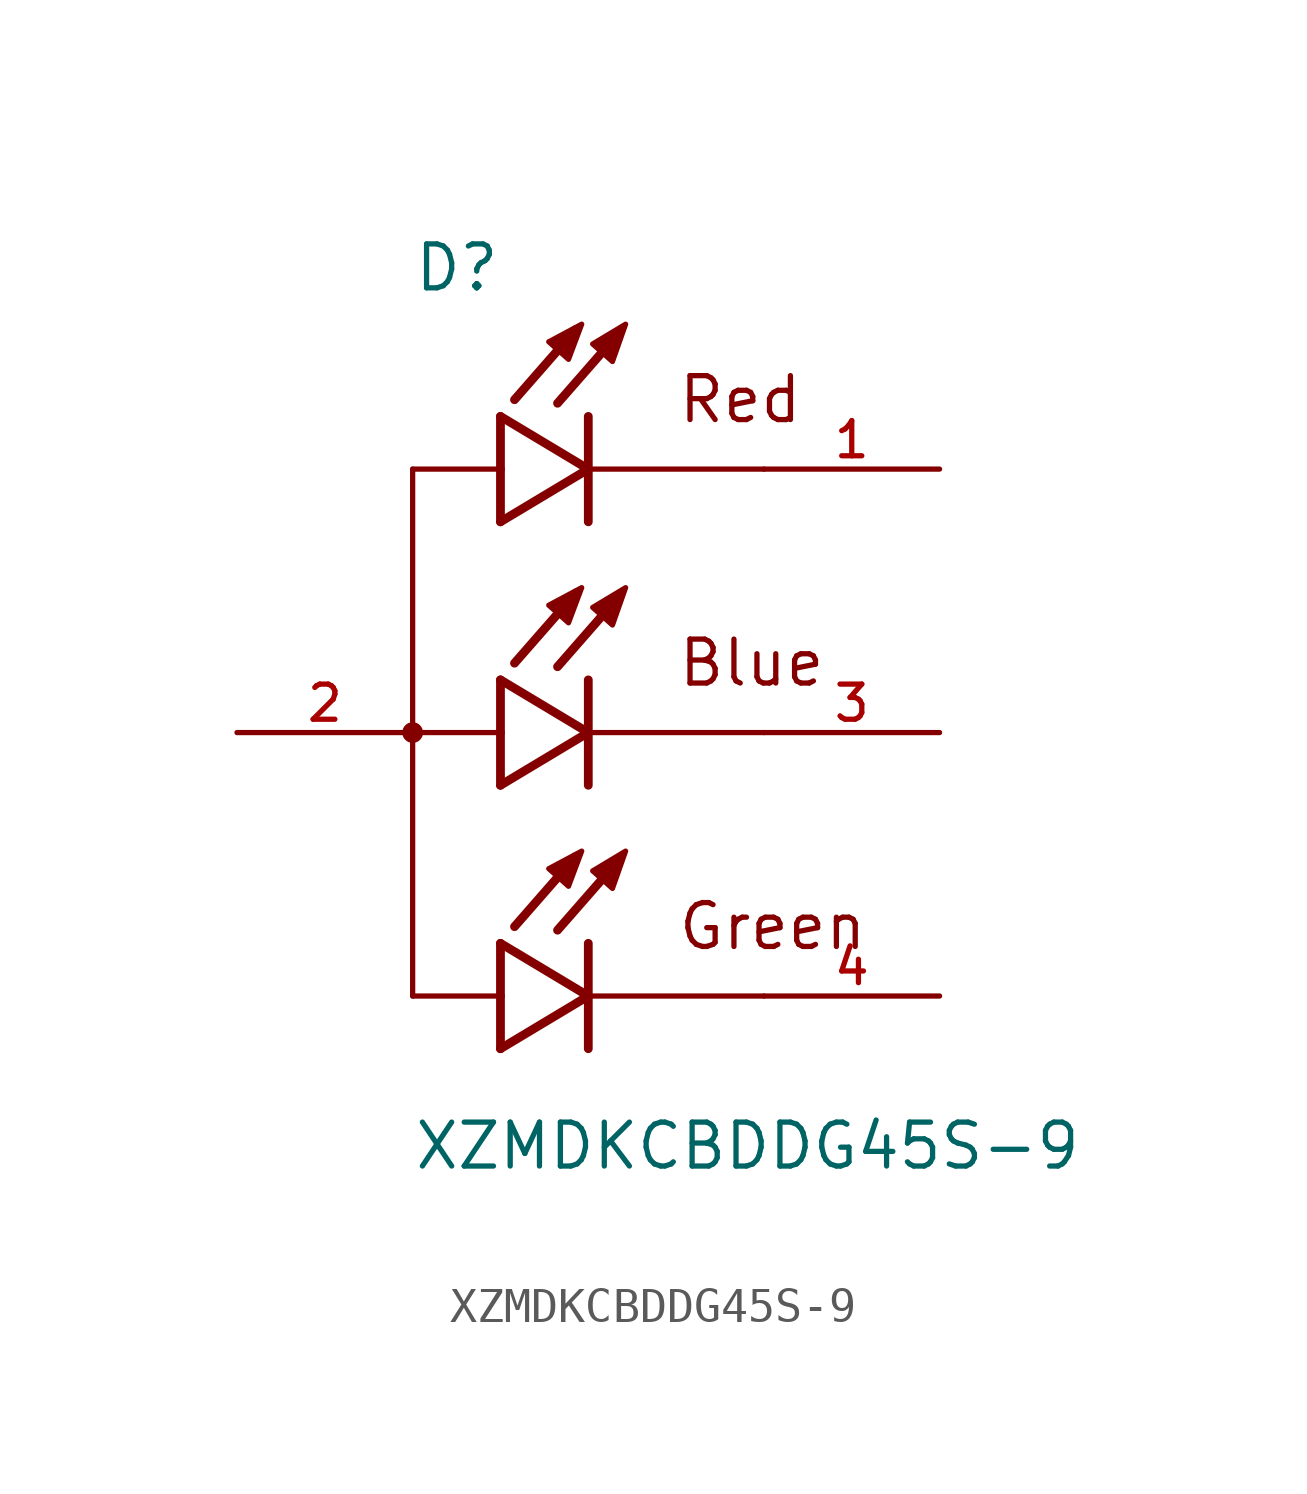
<source format=kicad_sym>
(kicad_symbol_lib
  (version 20211014)
  (generator kicad_symbol_editor)
  (symbol "XZMDKCBDDG45S-9"
    (pin_names
      (offset 1.016))
    (property "Reference" "D"
      (at -5.08 12.7 0)
      (effects (font (size 1.27 1.27)) (justify bottom left)))
    (property "Value" "XZMDKCBDDG45S-9"
      (at -5.08 -12.7 0)
      (effects (font (size 1.27 1.27)) (justify bottom left)))
    (symbol "XZMDKCBDDG45S-9_0_0"
      (polyline (pts (xy -2.54 9.144) (xy -2.54 7.62)) (stroke (width 0.254)))
      (polyline (pts (xy -2.54 7.62) (xy -2.54 6.096)) (stroke (width 0.254)))
      (polyline (pts (xy -2.54 6.096) (xy 0.0 7.62)) (stroke (width 0.254)))
      (polyline (pts (xy 0.0 7.62) (xy -2.54 9.144)) (stroke (width 0.254)))
      (polyline (pts (xy 0.0 9.144) (xy 0.0 7.62)) (stroke (width 0.254)))
      (polyline (pts (xy 0.0 7.62) (xy 0.0 6.096)) (stroke (width 0.254)))
      (polyline (pts (xy 0.889 11.557) (xy -0.889 9.525)) (stroke (width 0.254)))
      (polyline (pts (xy -0.356 11.659) (xy -2.134 9.627)) (stroke (width 0.254)))
      (polyline (pts (xy 5.08 7.62) (xy 0.0 7.62)) (stroke (width 0.152)))
      (polyline (pts (xy -1.143 11.303) (xy -0.572 10.795) (xy -0.191 11.811) (xy -1.143 11.303)) (stroke (width 0.152)) (fill (type outline)))
      (polyline (pts (xy 0.127 11.239) (xy 0.699 10.732) (xy 1.079 11.811) (xy 0.127 11.239)) (stroke (width 0.152)) (fill (type outline)))
      (polyline (pts (xy -2.54 1.524) (xy -2.54 0.0)) (stroke (width 0.254)))
      (polyline (pts (xy -2.54 0.0) (xy -2.54 -1.524)) (stroke (width 0.254)))
      (polyline (pts (xy -2.54 -1.524) (xy 0.0 0.0)) (stroke (width 0.254)))
      (polyline (pts (xy 0.0 0.0) (xy -2.54 1.524)) (stroke (width 0.254)))
      (polyline (pts (xy 0.0 1.524) (xy 0.0 0.0)) (stroke (width 0.254)))
      (polyline (pts (xy 0.0 0.0) (xy 0.0 -1.524)) (stroke (width 0.254)))
      (polyline (pts (xy 0.889 3.937) (xy -0.889 1.905)) (stroke (width 0.254)))
      (polyline (pts (xy -0.356 4.039) (xy -2.134 2.007)) (stroke (width 0.254)))
      (polyline (pts (xy 5.08 0.0) (xy 0.0 0.0)) (stroke (width 0.152)))
      (polyline (pts (xy -1.143 3.683) (xy -0.572 3.175) (xy -0.191 4.191) (xy -1.143 3.683)) (stroke (width 0.152)) (fill (type outline)))
      (polyline (pts (xy 0.127 3.619) (xy 0.699 3.111) (xy 1.079 4.191) (xy 0.127 3.619)) (stroke (width 0.152)) (fill (type outline)))
      (polyline (pts (xy -2.54 -6.096) (xy -2.54 -7.62)) (stroke (width 0.254)))
      (polyline (pts (xy -2.54 -7.62) (xy -2.54 -9.144)) (stroke (width 0.254)))
      (polyline (pts (xy -2.54 -9.144) (xy 0.0 -7.62)) (stroke (width 0.254)))
      (polyline (pts (xy 0.0 -7.62) (xy -2.54 -6.096)) (stroke (width 0.254)))
      (polyline (pts (xy 0.0 -6.096) (xy 0.0 -7.62)) (stroke (width 0.254)))
      (polyline (pts (xy 0.0 -7.62) (xy 0.0 -9.144)) (stroke (width 0.254)))
      (polyline (pts (xy 0.889 -3.683) (xy -0.889 -5.715)) (stroke (width 0.254)))
      (polyline (pts (xy -0.356 -3.581) (xy -2.134 -5.613)) (stroke (width 0.254)))
      (polyline (pts (xy 5.08 -7.62) (xy 0.0 -7.62)) (stroke (width 0.152)))
      (polyline (pts (xy -1.143 -3.937) (xy -0.572 -4.445) (xy -0.191 -3.429) (xy -1.143 -3.937)) (stroke (width 0.152)) (fill (type outline)))
      (polyline (pts (xy 0.127 -4) (xy 0.699 -4.508) (xy 1.079 -3.429) (xy 0.127 -4)) (stroke (width 0.152)) (fill (type outline)))
      (text "Blue" (at 2.54 1.27 0) (effects (font (size 1.27 1.27)) (justify bottom left)))
      (text "Red" (at 2.54 8.89 0) (effects (font (size 1.27 1.27)) (justify bottom left)))
      (text "Green" (at 2.54 -6.35 0) (effects (font (size 1.27 1.27)) (justify bottom left)))
      (polyline (pts (xy -2.54 7.62) (xy -5.08 7.62)) (stroke (width 0.152)))
      (polyline (pts (xy -2.54 -7.62) (xy -5.08 -7.62)) (stroke (width 0.152)))
      (polyline (pts (xy -5.08 -7.62) (xy -5.08 0.0)) (stroke (width 0.152)))
      (polyline (pts (xy -5.08 0.0) (xy -5.08 7.62)) (stroke (width 0.152)))
      (polyline (pts (xy -2.54 0.0) (xy -5.08 0.0)) (stroke (width 0.152)))
      (circle (center -5.08 0.0) (radius 0.15) (stroke (width 0.3)) (fill (type none)))
      (pin passive line (at 10.16 0.0 180.0) (length 5.08) (name "~" (effects (font (size 1.016 1.016)))) (number "3" (effects (font (size 1.016 1.016)))))
      (pin passive line (at 10.16 7.62 180.0) (length 5.08) (name "~" (effects (font (size 1.016 1.016)))) (number "1" (effects (font (size 1.016 1.016)))))
      (pin passive line (at 10.16 -7.62 180.0) (length 5.08) (name "~" (effects (font (size 1.016 1.016)))) (number "4" (effects (font (size 1.016 1.016)))))
      (pin passive line (at -10.16 0.0 0) (length 5.08) (name "~" (effects (font (size 1.016 1.016)))) (number "2" (effects (font (size 1.016 1.016))))))))
</source>
